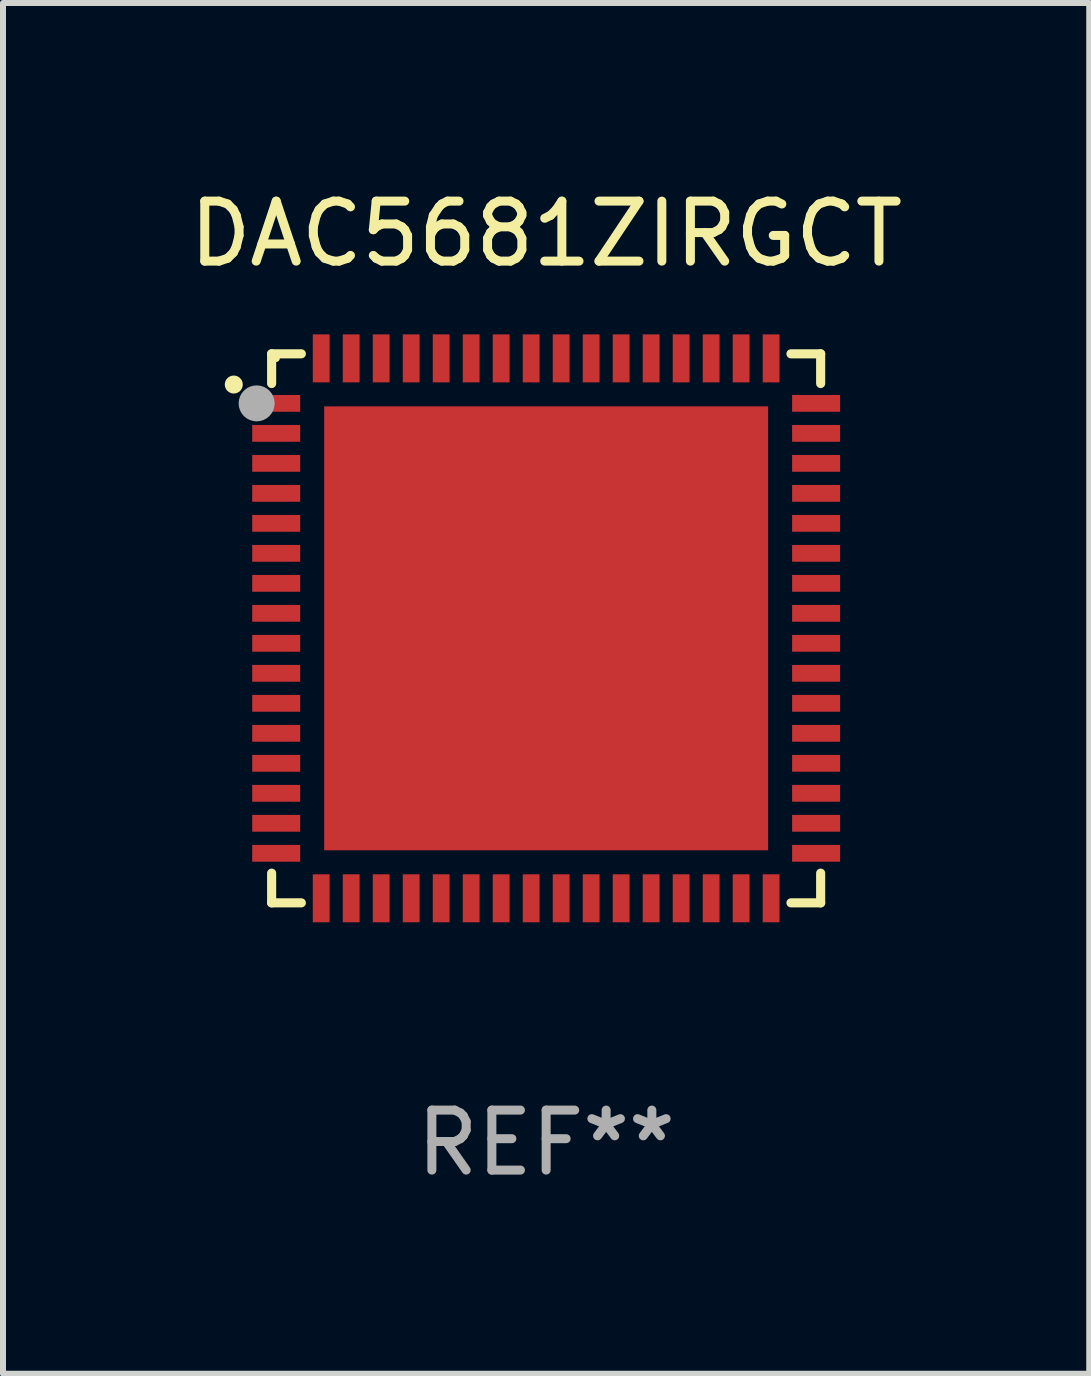
<source format=kicad_pcb>
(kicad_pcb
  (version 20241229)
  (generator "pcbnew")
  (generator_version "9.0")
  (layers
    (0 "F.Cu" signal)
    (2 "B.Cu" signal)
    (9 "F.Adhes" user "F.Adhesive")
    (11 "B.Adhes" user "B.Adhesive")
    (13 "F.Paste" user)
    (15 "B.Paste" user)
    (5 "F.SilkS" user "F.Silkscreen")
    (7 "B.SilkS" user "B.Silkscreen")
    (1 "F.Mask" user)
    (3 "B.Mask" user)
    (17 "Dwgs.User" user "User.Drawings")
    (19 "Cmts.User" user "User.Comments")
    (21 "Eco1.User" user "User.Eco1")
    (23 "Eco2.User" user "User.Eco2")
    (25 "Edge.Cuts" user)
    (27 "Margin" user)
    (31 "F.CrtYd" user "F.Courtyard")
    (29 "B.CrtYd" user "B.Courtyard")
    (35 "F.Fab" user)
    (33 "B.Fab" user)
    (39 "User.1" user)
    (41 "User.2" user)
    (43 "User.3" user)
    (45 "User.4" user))
  (footprint "DAC5681ZIRGCT"
    (layer "F.Cu")
    (at 6.054 7.424)
    (property "Reference" "DAC5681ZIRGCT" (at 0 -6.576 0) (layer "F.SilkS") (effects (font (size 1 1) (thickness 0.15))))
    (attr through_hole)
    (fp_line (start -4.576 -4.576) (end -4.576 -4.081) (stroke (width 0.152) (type solid)) (layer "F.SilkS"))
    (fp_line (start -4.576 4.576) (end -4.576 4.081) (stroke (width 0.152) (type solid)) (layer "F.SilkS"))
    (fp_line (start -4.081 -4.576) (end -4.576 -4.576) (stroke (width 0.152) (type solid)) (layer "F.SilkS"))
    (fp_line (start -4.081 4.576) (end -4.576 4.576) (stroke (width 0.152) (type solid)) (layer "F.SilkS"))
    (fp_line (start 4.081 -4.576) (end 4.576 -4.576) (stroke (width 0.152) (type solid)) (layer "F.SilkS"))
    (fp_line (start 4.081 4.576) (end 4.576 4.576) (stroke (width 0.152) (type solid)) (layer "F.SilkS"))
    (fp_line (start 4.576 -4.576) (end 4.576 -4.081) (stroke (width 0.152) (type solid)) (layer "F.SilkS"))
    (fp_line (start 4.576 4.576) (end 4.576 4.081) (stroke (width 0.152) (type solid)) (layer "F.SilkS"))
    (fp_circle (center -5.207 -4.064) (end -5.132 -4.064) (stroke (width 0.15) (type solid)) (fill no) (layer "F.SilkS"))
    (fp_circle (center -4.5 -4.5) (end -4.47 -4.5) (stroke (width 0.06) (type solid)) (fill no) (layer "F.SilkS"))
    (fp_circle (center -4.826 -3.75) (end -4.676 -3.75) (stroke (width 0.3) (type solid)) (fill no) (layer "F.Fab"))
    (fp_text user "REF**" (at 0 8.576 0) (layer "F.Fab") (effects (font (size 1 1) (thickness 0.15))))
    (pad "1" smd rect (at -4.5 -3.75) (size 0.8 0.28) (layers "F.Cu" "F.Mask" "F.Paste"))
    (pad "2" smd rect (at -4.5 -3.25) (size 0.8 0.28) (layers "F.Cu" "F.Mask" "F.Paste"))
    (pad "3" smd rect (at -4.5 -2.75) (size 0.8 0.28) (layers "F.Cu" "F.Mask" "F.Paste"))
    (pad "4" smd rect (at -4.5 -2.25) (size 0.8 0.28) (layers "F.Cu" "F.Mask" "F.Paste"))
    (pad "5" smd rect (at -4.5 -1.75) (size 0.8 0.28) (layers "F.Cu" "F.Mask" "F.Paste"))
    (pad "6" smd rect (at -4.5 -1.25) (size 0.8 0.28) (layers "F.Cu" "F.Mask" "F.Paste"))
    (pad "7" smd rect (at -4.5 -0.75) (size 0.8 0.28) (layers "F.Cu" "F.Mask" "F.Paste"))
    (pad "8" smd rect (at -4.5 -0.25) (size 0.8 0.28) (layers "F.Cu" "F.Mask" "F.Paste"))
    (pad "9" smd rect (at -4.5 0.25) (size 0.8 0.28) (layers "F.Cu" "F.Mask" "F.Paste"))
    (pad "10" smd rect (at -4.5 0.75) (size 0.8 0.28) (layers "F.Cu" "F.Mask" "F.Paste"))
    (pad "11" smd rect (at -4.5 1.25) (size 0.8 0.28) (layers "F.Cu" "F.Mask" "F.Paste"))
    (pad "12" smd rect (at -4.5 1.75) (size 0.8 0.28) (layers "F.Cu" "F.Mask" "F.Paste"))
    (pad "13" smd rect (at -4.5 2.25) (size 0.8 0.28) (layers "F.Cu" "F.Mask" "F.Paste"))
    (pad "14" smd rect (at -4.5 2.75) (size 0.8 0.28) (layers "F.Cu" "F.Mask" "F.Paste"))
    (pad "15" smd rect (at -4.5 3.25) (size 0.8 0.28) (layers "F.Cu" "F.Mask" "F.Paste"))
    (pad "16" smd rect (at -4.5 3.75) (size 0.8 0.28) (layers "F.Cu" "F.Mask" "F.Paste"))
    (pad "17" smd rect (at -3.75 4.5) (size 0.28 0.8) (layers "F.Cu" "F.Mask" "F.Paste"))
    (pad "18" smd rect (at -3.25 4.5) (size 0.28 0.8) (layers "F.Cu" "F.Mask" "F.Paste"))
    (pad "19" smd rect (at -2.75 4.5) (size 0.28 0.8) (layers "F.Cu" "F.Mask" "F.Paste"))
    (pad "20" smd rect (at -2.25 4.5) (size 0.28 0.8) (layers "F.Cu" "F.Mask" "F.Paste"))
    (pad "21" smd rect (at -1.75 4.5) (size 0.28 0.8) (layers "F.Cu" "F.Mask" "F.Paste"))
    (pad "22" smd rect (at -1.25 4.5) (size 0.28 0.8) (layers "F.Cu" "F.Mask" "F.Paste"))
    (pad "23" smd rect (at -0.75 4.5) (size 0.28 0.8) (layers "F.Cu" "F.Mask" "F.Paste"))
    (pad "24" smd rect (at -0.25 4.5) (size 0.28 0.8) (layers "F.Cu" "F.Mask" "F.Paste"))
    (pad "25" smd rect (at 0.25 4.5) (size 0.28 0.8) (layers "F.Cu" "F.Mask" "F.Paste"))
    (pad "26" smd rect (at 0.75 4.5) (size 0.28 0.8) (layers "F.Cu" "F.Mask" "F.Paste"))
    (pad "27" smd rect (at 1.25 4.5) (size 0.28 0.8) (layers "F.Cu" "F.Mask" "F.Paste"))
    (pad "28" smd rect (at 1.75 4.5) (size 0.28 0.8) (layers "F.Cu" "F.Mask" "F.Paste"))
    (pad "29" smd rect (at 2.25 4.5) (size 0.28 0.8) (layers "F.Cu" "F.Mask" "F.Paste"))
    (pad "30" smd rect (at 2.75 4.5) (size 0.28 0.8) (layers "F.Cu" "F.Mask" "F.Paste"))
    (pad "31" smd rect (at 3.25 4.5) (size 0.28 0.8) (layers "F.Cu" "F.Mask" "F.Paste"))
    (pad "32" smd rect (at 3.75 4.5) (size 0.28 0.8) (layers "F.Cu" "F.Mask" "F.Paste"))
    (pad "33" smd rect (at 4.5 3.75) (size 0.8 0.28) (layers "F.Cu" "F.Mask" "F.Paste"))
    (pad "34" smd rect (at 4.5 3.25) (size 0.8 0.28) (layers "F.Cu" "F.Mask" "F.Paste"))
    (pad "35" smd rect (at 4.5 2.75) (size 0.8 0.28) (layers "F.Cu" "F.Mask" "F.Paste"))
    (pad "36" smd rect (at 4.5 2.25) (size 0.8 0.28) (layers "F.Cu" "F.Mask" "F.Paste"))
    (pad "37" smd rect (at 4.5 1.75) (size 0.8 0.28) (layers "F.Cu" "F.Mask" "F.Paste"))
    (pad "38" smd rect (at 4.5 1.25) (size 0.8 0.28) (layers "F.Cu" "F.Mask" "F.Paste"))
    (pad "39" smd rect (at 4.5 0.75) (size 0.8 0.28) (layers "F.Cu" "F.Mask" "F.Paste"))
    (pad "40" smd rect (at 4.5 0.25) (size 0.8 0.28) (layers "F.Cu" "F.Mask" "F.Paste"))
    (pad "41" smd rect (at 4.5 -0.25) (size 0.8 0.28) (layers "F.Cu" "F.Mask" "F.Paste"))
    (pad "42" smd rect (at 4.5 -0.75) (size 0.8 0.28) (layers "F.Cu" "F.Mask" "F.Paste"))
    (pad "43" smd rect (at 4.5 -1.25) (size 0.8 0.28) (layers "F.Cu" "F.Mask" "F.Paste"))
    (pad "44" smd rect (at 4.5 -1.75) (size 0.8 0.28) (layers "F.Cu" "F.Mask" "F.Paste"))
    (pad "45" smd rect (at 4.5 -2.25) (size 0.8 0.28) (layers "F.Cu" "F.Mask" "F.Paste"))
    (pad "46" smd rect (at 4.5 -2.75) (size 0.8 0.28) (layers "F.Cu" "F.Mask" "F.Paste"))
    (pad "47" smd rect (at 4.5 -3.25) (size 0.8 0.28) (layers "F.Cu" "F.Mask" "F.Paste"))
    (pad "48" smd rect (at 4.5 -3.75) (size 0.8 0.28) (layers "F.Cu" "F.Mask" "F.Paste"))
    (pad "49" smd rect (at 3.75 -4.5) (size 0.28 0.8) (layers "F.Cu" "F.Mask" "F.Paste"))
    (pad "50" smd rect (at 3.25 -4.5) (size 0.28 0.8) (layers "F.Cu" "F.Mask" "F.Paste"))
    (pad "51" smd rect (at 2.75 -4.5) (size 0.28 0.8) (layers "F.Cu" "F.Mask" "F.Paste"))
    (pad "52" smd rect (at 2.25 -4.5) (size 0.28 0.8) (layers "F.Cu" "F.Mask" "F.Paste"))
    (pad "53" smd rect (at 1.75 -4.5) (size 0.28 0.8) (layers "F.Cu" "F.Mask" "F.Paste"))
    (pad "54" smd rect (at 1.25 -4.5) (size 0.28 0.8) (layers "F.Cu" "F.Mask" "F.Paste"))
    (pad "55" smd rect (at 0.75 -4.5) (size 0.28 0.8) (layers "F.Cu" "F.Mask" "F.Paste"))
    (pad "56" smd rect (at 0.25 -4.5) (size 0.28 0.8) (layers "F.Cu" "F.Mask" "F.Paste"))
    (pad "57" smd rect (at -0.25 -4.5) (size 0.28 0.8) (layers "F.Cu" "F.Mask" "F.Paste"))
    (pad "58" smd rect (at -0.75 -4.5) (size 0.28 0.8) (layers "F.Cu" "F.Mask" "F.Paste"))
    (pad "59" smd rect (at -1.25 -4.5) (size 0.28 0.8) (layers "F.Cu" "F.Mask" "F.Paste"))
    (pad "60" smd rect (at -1.75 -4.5) (size 0.28 0.8) (layers "F.Cu" "F.Mask" "F.Paste"))
    (pad "61" smd rect (at -2.25 -4.5) (size 0.28 0.8) (layers "F.Cu" "F.Mask" "F.Paste"))
    (pad "62" smd rect (at -2.75 -4.5) (size 0.28 0.8) (layers "F.Cu" "F.Mask" "F.Paste"))
    (pad "63" smd rect (at -3.25 -4.5) (size 0.28 0.8) (layers "F.Cu" "F.Mask" "F.Paste"))
    (pad "64" smd rect (at -3.75 -4.5) (size 0.28 0.8) (layers "F.Cu" "F.Mask" "F.Paste"))
    (pad "65" smd rect (at 0 0) (size 7.4 7.4) (layers "F.Cu" "F.Mask" "F.Paste")))
  (gr_rect
    (start -3 -3)
    (end 15.107 19.849)
    (stroke (width 0.1) (type default))
    (fill no)
    (layer "Edge.Cuts")))
</source>
